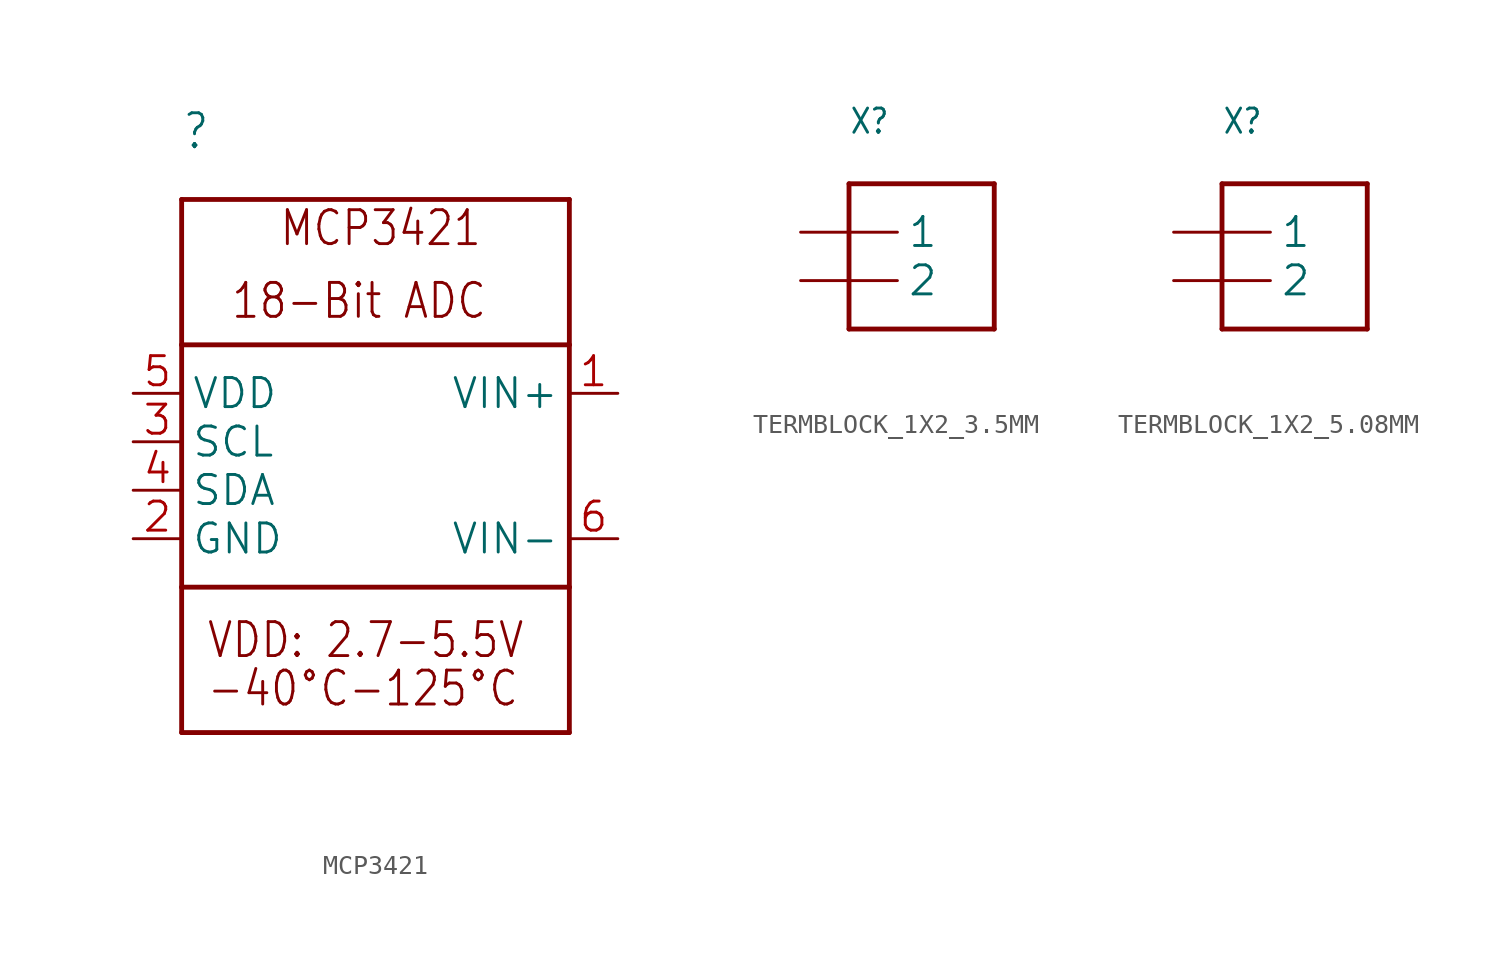
<source format=kicad_sym>
(kicad_symbol_lib
  (version 20241209)
  (generator "kicad_symbol_editor")
  (generator_version "9.0")
  (symbol "MCP3421"
    (property "Reference" ""
      (at -10.16 15.24 0)
      (effects (font (size 1.778 1.511)) (justify left bottom)))
    (property "Value" ""
      (at -10.16 -17.78 0)
      (effects (font (size 1.778 1.511)) (justify left bottom)))
    (property "ki_locked" ""
      (at 0 0 0)
      (effects (font (size 1.27 1.27))))
    (symbol "MCP3421_1_0"
      (polyline (pts (xy -10.16 12.7) (xy 10.16 12.7)) (stroke (width 0.254) (type solid)) (fill (type none)))
      (polyline (pts (xy -10.16 5.08) (xy -10.16 12.7)) (stroke (width 0.254) (type solid)) (fill (type none)))
      (polyline (pts (xy -10.16 5.08) (xy 10.16 5.08)) (stroke (width 0.254) (type solid)) (fill (type none)))
      (polyline (pts (xy -10.16 -7.62) (xy -10.16 5.08)) (stroke (width 0.254) (type solid)) (fill (type none)))
      (polyline (pts (xy -10.16 -7.62) (xy 10.16 -7.62)) (stroke (width 0.254) (type solid)) (fill (type none)))
      (polyline (pts (xy -10.16 -15.24) (xy -10.16 -7.62)) (stroke (width 0.254) (type solid)) (fill (type none)))
      (polyline (pts (xy 10.16 5.08) (xy 10.16 12.7)) (stroke (width 0.254) (type solid)) (fill (type none)))
      (polyline (pts (xy 10.16 5.08) (xy 10.16 -7.62)) (stroke (width 0.254) (type solid)) (fill (type none)))
      (polyline (pts (xy 10.16 -7.62) (xy 10.16 -15.24)) (stroke (width 0.254) (type solid)) (fill (type none)))
      (polyline (pts (xy 10.16 -15.24) (xy -10.16 -15.24)) (stroke (width 0.254) (type solid)) (fill (type none)))
      (text "VDD: 2.7-5.5V" (at -8.89 -11.43 0) (effects (font (size 1.778 1.511)) (justify left bottom)))
      (text "-40°C-125°C" (at -8.89 -13.97 0) (effects (font (size 1.778 1.511)) (justify left bottom)))
      (text "18-Bit ADC" (at -7.62 6.35 0) (effects (font (size 1.778 1.511)) (justify left bottom)))
      (text "MCP3421" (at -5.08 10.16 0) (effects (font (size 1.778 1.511)) (justify left bottom)))
      (pin power_in line (at -12.7 2.54 0) (length 2.54) (name "VDD" (effects (font (size 1.524 1.524)))) (number "5" (effects (font (size 1.524 1.524)))))
      (pin bidirectional line (at -12.7 0 0) (length 2.54) (name "SCL" (effects (font (size 1.524 1.524)))) (number "3" (effects (font (size 1.524 1.524)))))
      (pin bidirectional line (at -12.7 -2.54 0) (length 2.54) (name "SDA" (effects (font (size 1.524 1.524)))) (number "4" (effects (font (size 1.524 1.524)))))
      (pin power_in line (at -12.7 -5.08 0) (length 2.54) (name "GND" (effects (font (size 1.524 1.524)))) (number "2" (effects (font (size 1.524 1.524)))))
      (pin output line (at 12.7 2.54 180) (length 2.54) (name "VIN+" (effects (font (size 1.524 1.524)))) (number "1" (effects (font (size 1.524 1.524)))))
      (pin input line (at 12.7 -5.08 180) (length 2.54) (name "VIN-" (effects (font (size 1.524 1.524)))) (number "6" (effects (font (size 1.524 1.524)))))))
  (symbol "TERMBLOCK_1X2_3.5MM"
    (property "Reference" "X"
      (at -2.54 7.62 0)
      (effects (font (size 1.27 1.079)) (justify left bottom)))
    (property "Value" ""
      (at -2.54 -5.08 0)
      (effects (font (size 1.27 1.079)) (justify left bottom)))
    (property "ki_locked" ""
      (at 0 0 0)
      (effects (font (size 1.27 1.27))))
    (symbol "TERMBLOCK_1X2_3.5MM_1_0"
      (polyline (pts (xy -2.54 5.08) (xy -2.54 -2.54)) (stroke (width 0.254) (type solid)) (fill (type none)))
      (polyline (pts (xy -2.54 -2.54) (xy 5.08 -2.54)) (stroke (width 0.254) (type solid)) (fill (type none)))
      (polyline (pts (xy 5.08 5.08) (xy -2.54 5.08)) (stroke (width 0.254) (type solid)) (fill (type none)))
      (polyline (pts (xy 5.08 -2.54) (xy 5.08 5.08)) (stroke (width 0.254) (type solid)) (fill (type none)))
      (pin passive line (at -5.08 2.54 0) (length 5.08) (name "1" (effects (font (size 1.524 1.524)))) (number "1" (effects (font (size 0 0)))))
      (pin passive line (at -5.08 0 0) (length 5.08) (name "2" (effects (font (size 1.524 1.524)))) (number "2" (effects (font (size 0 0)))))))
  (symbol "TERMBLOCK_1X2_5.08MM"
    (property "Reference" "X"
      (at -2.54 7.62 0)
      (effects (font (size 1.27 1.079)) (justify left bottom)))
    (property "Value" ""
      (at -2.54 -5.08 0)
      (effects (font (size 1.27 1.079)) (justify left bottom)))
    (property "ki_locked" ""
      (at 0 0 0)
      (effects (font (size 1.27 1.27))))
    (symbol "TERMBLOCK_1X2_5.08MM_1_0"
      (polyline (pts (xy -2.54 5.08) (xy -2.54 -2.54)) (stroke (width 0.254) (type solid)) (fill (type none)))
      (polyline (pts (xy -2.54 -2.54) (xy 5.08 -2.54)) (stroke (width 0.254) (type solid)) (fill (type none)))
      (polyline (pts (xy 5.08 5.08) (xy -2.54 5.08)) (stroke (width 0.254) (type solid)) (fill (type none)))
      (polyline (pts (xy 5.08 -2.54) (xy 5.08 5.08)) (stroke (width 0.254) (type solid)) (fill (type none)))
      (pin passive line (at -5.08 2.54 0) (length 5.08) (name "1" (effects (font (size 1.524 1.524)))) (number "P$3" (effects (font (size 0 0)))))
      (pin passive line (at -5.08 0 0) (length 5.08) (name "2" (effects (font (size 1.524 1.524)))) (number "P$4" (effects (font (size 0 0))))))))
</source>
